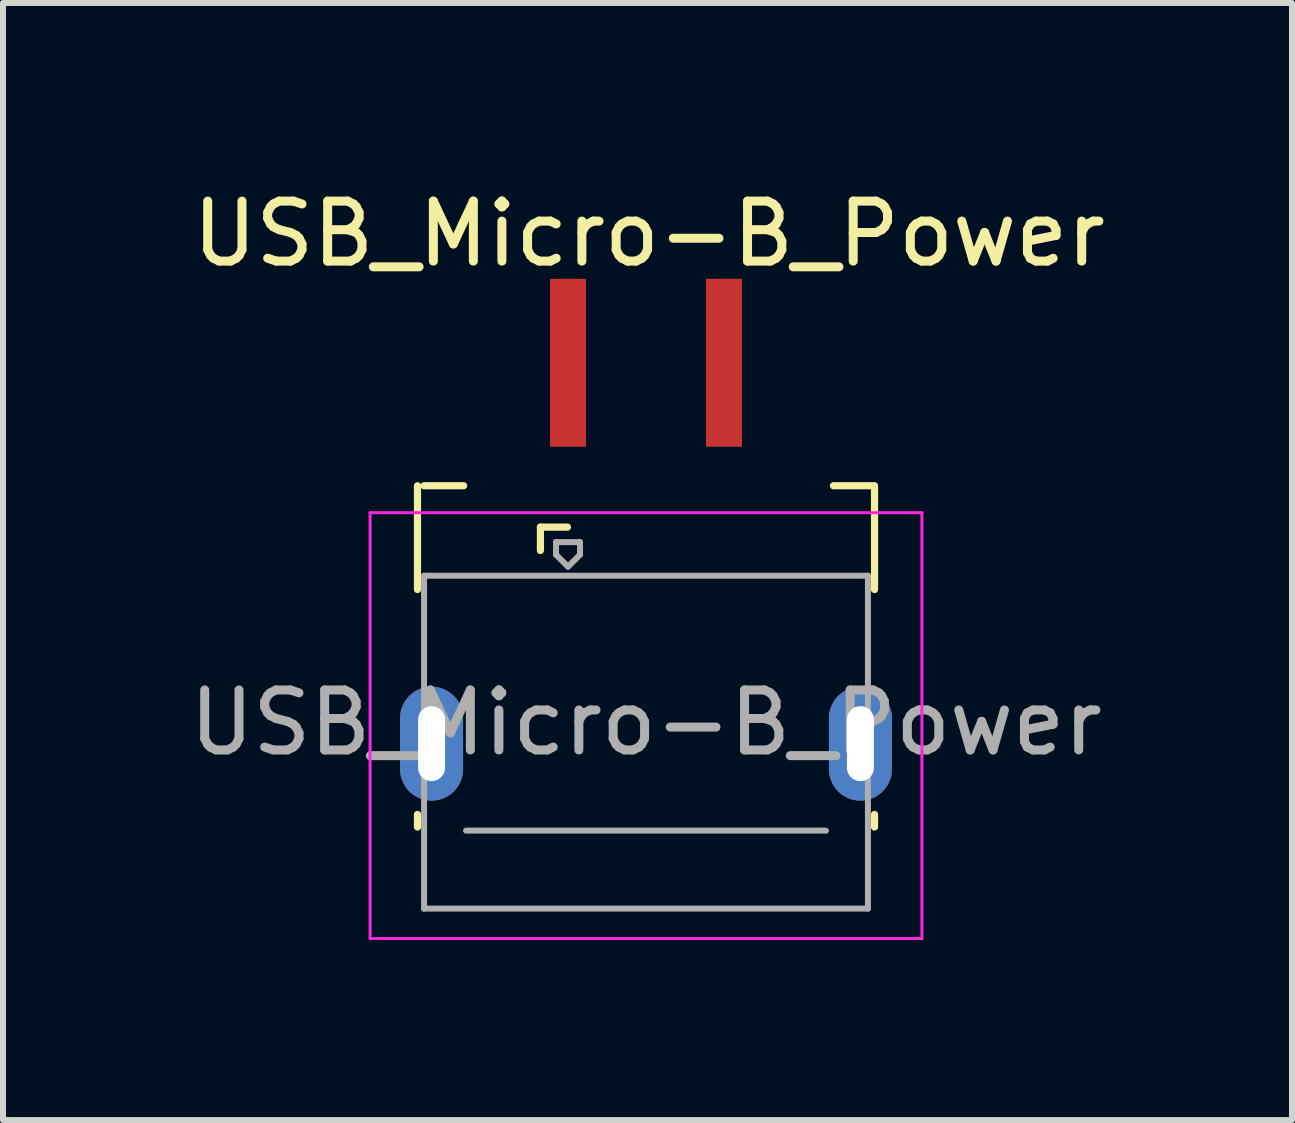
<source format=kicad_pcb>
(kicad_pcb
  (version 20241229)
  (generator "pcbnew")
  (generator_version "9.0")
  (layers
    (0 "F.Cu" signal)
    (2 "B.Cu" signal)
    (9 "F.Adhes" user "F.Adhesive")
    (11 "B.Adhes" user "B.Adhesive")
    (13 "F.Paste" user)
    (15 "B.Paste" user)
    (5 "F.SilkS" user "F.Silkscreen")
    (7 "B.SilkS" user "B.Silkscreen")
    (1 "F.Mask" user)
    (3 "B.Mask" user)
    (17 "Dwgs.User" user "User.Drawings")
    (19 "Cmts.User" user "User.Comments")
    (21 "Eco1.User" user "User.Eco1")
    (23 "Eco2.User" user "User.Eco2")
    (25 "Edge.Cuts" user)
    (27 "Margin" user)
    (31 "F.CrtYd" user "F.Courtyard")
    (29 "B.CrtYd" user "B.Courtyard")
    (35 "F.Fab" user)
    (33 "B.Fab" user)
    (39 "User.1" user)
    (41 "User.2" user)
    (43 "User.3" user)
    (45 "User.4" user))
  (footprint "USB_Micro-B_Power"
    (layer "F.Cu")
    (at 7.72 8.148)
    (property "Reference" "USB_Micro-B_Power" (at 0.05 -7.3 0) (layer "F.SilkS") (effects (font (size 1 1) (thickness 0.15))))
    (attr smd)
    (fp_line (start -3.81 -1.37) (end -3.81 -3.1) (stroke (width 0.12) (type solid)) (layer "F.SilkS"))
    (fp_line (start -3.81 2.59) (end -3.81 2.38) (stroke (width 0.12) (type solid)) (layer "F.SilkS"))
    (fp_line (start -3.7 -3.1) (end -3.04 -3.1) (stroke (width 0.12) (type solid)) (layer "F.SilkS"))
    (fp_line (start -1.76 -2.41) (end -1.76 -2.02) (stroke (width 0.12) (type solid)) (layer "F.SilkS"))
    (fp_line (start -1.76 -2.41) (end -1.31 -2.41) (stroke (width 0.12) (type solid)) (layer "F.SilkS"))
    (fp_line (start 3.775 -3.1) (end 3.125 -3.1) (stroke (width 0.12) (type solid)) (layer "F.SilkS"))
    (fp_line (start 3.81 -1.37) (end 3.81 -3.1) (stroke (width 0.12) (type solid)) (layer "F.SilkS"))
    (fp_line (start 3.81 2.59) (end 3.81 2.38) (stroke (width 0.12) (type solid)) (layer "F.SilkS"))
    (fp_line (start -4.6 -2.65) (end 4.6 -2.65) (stroke (width 0.05) (type solid)) (layer "F.CrtYd"))
    (fp_line (start -4.6 4.45) (end -4.6 -2.65) (stroke (width 0.05) (type solid)) (layer "F.CrtYd"))
    (fp_line (start -4.6 4.45) (end 4.6 4.45) (stroke (width 0.05) (type solid)) (layer "F.CrtYd"))
    (fp_line (start 4.6 -2.65) (end 4.6 4.45) (stroke (width 0.05) (type solid)) (layer "F.CrtYd"))
    (fp_line (start -3.7 -1.6) (end 3.7 -1.6) (stroke (width 0.1) (type solid)) (layer "F.Fab"))
    (fp_line (start -3.7 3.95) (end -3.7 -1.6) (stroke (width 0.1) (type solid)) (layer "F.Fab"))
    (fp_line (start -3.7 3.95) (end 3.7 3.95) (stroke (width 0.1) (type solid)) (layer "F.Fab"))
    (fp_line (start -3 2.65) (end 3 2.65) (stroke (width 0.1) (type solid)) (layer "F.Fab"))
    (fp_line (start -1.5 -2.16) (end -1.5 -1.95) (stroke (width 0.1) (type solid)) (layer "F.Fab"))
    (fp_line (start -1.5 -2.16) (end -1.1 -2.16) (stroke (width 0.1) (type solid)) (layer "F.Fab"))
    (fp_line (start -1.3 -1.75) (end -1.5 -1.95) (stroke (width 0.1) (type solid)) (layer "F.Fab"))
    (fp_line (start -1.1 -2.16) (end -1.1 -1.95) (stroke (width 0.1) (type solid)) (layer "F.Fab"))
    (fp_line (start -1.1 -1.95) (end -1.3 -1.75) (stroke (width 0.1) (type solid)) (layer "F.Fab"))
    (fp_line (start 3.7 3.95) (end 3.7 -1.6) (stroke (width 0.1) (type solid)) (layer "F.Fab"))
    (fp_text user "${REFERENCE}" (at 0 0.85 0) (layer "F.Fab") (effects (font (size 1 1) (thickness 0.15))))
    (pad "" thru_hole oval (at -3.575 1.2 180) (size 1.05 1.9) (drill oval 0.45 1.25) (layers "*.Cu" "*.Mask"))
    (pad "" thru_hole oval (at 3.575 1.2) (size 1.05 1.9) (drill oval 0.45 1.25) (layers "*.Cu" "*.Mask"))
    (pad "1" smd rect (at -1.3 -5.15) (size 0.6 2.8) (layers "F.Cu" "F.Mask" "F.Paste"))
    (pad "5" smd rect (at 1.3 -5.15) (size 0.6 2.8) (layers "F.Cu" "F.Mask" "F.Paste")))
  (gr_rect
    (start -3 -3)
    (end 18.49 15.623)
    (stroke (width 0.1) (type default))
    (fill no)
    (layer "Edge.Cuts")))
</source>
